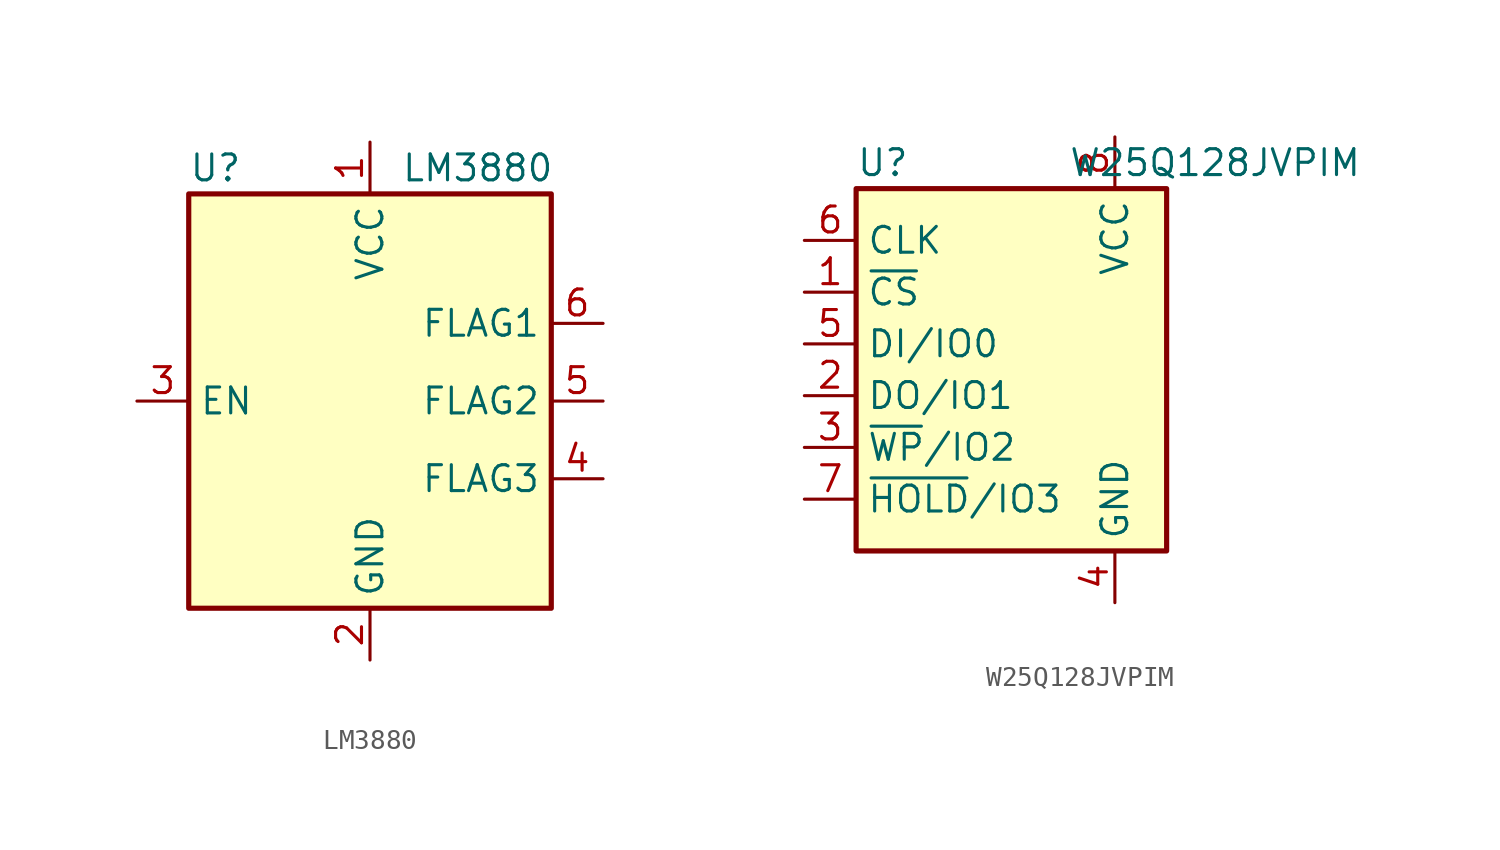
<source format=kicad_sym>
(kicad_symbol_lib
  (version 20231120)
  (generator "kicad_symbol_editor")
  (generator_version "8.0")
  (symbol "LM3880"
    (property "Reference" "U"
      (at -8.89 11.43 0)
      (effects (font (size 1.27 1.27)) (justify left)))
    (property "Value" "LM3880"
      (at 1.524 11.43 0)
      (effects (font (size 1.27 1.27)) (justify left)))
    (symbol "LM3880_0_1"
      (rectangle (start -8.89 10.16) (end 8.89 -10.16) (stroke (width 0.254) (type default)) (fill (type background))))
    (symbol "LM3880_1_1"
      (pin power_in line (at 0 12.7 270) (length 2.54) (name "VCC" (effects (font (size 1.27 1.27)))) (number "1" (effects (font (size 1.27 1.27)))))
      (pin power_in line (at 0 -12.7 90) (length 2.54) (name "GND" (effects (font (size 1.27 1.27)))) (number "2" (effects (font (size 1.27 1.27)))))
      (pin input line (at -11.43 0 0) (length 2.54) (name "EN" (effects (font (size 1.27 1.27)))) (number "3" (effects (font (size 1.27 1.27)))))
      (pin output line (at 11.43 -3.81 180) (length 2.54) (name "FLAG3" (effects (font (size 1.27 1.27)))) (number "4" (effects (font (size 1.27 1.27)))))
      (pin output line (at 11.43 0 180) (length 2.54) (name "FLAG2" (effects (font (size 1.27 1.27)))) (number "5" (effects (font (size 1.27 1.27)))))
      (pin output line (at 11.43 3.81 180) (length 2.54) (name "FLAG1" (effects (font (size 1.27 1.27)))) (number "6" (effects (font (size 1.27 1.27)))))))
  (symbol "W25Q128JVPIM"
    (property "Reference" "U"
      (at -10.16 8.89 0)
      (effects (font (size 1.27 1.27)) (justify left)))
    (property "Value" "W25Q128JVPIM"
      (at 0.254 8.89 0)
      (effects (font (size 1.27 1.27)) (justify left)))
    (symbol "W25Q128JVPIM_0_1"
      (rectangle (start -10.16 7.62) (end 5.08 -10.16) (stroke (width 0.254) (type default)) (fill (type background))))
    (symbol "W25Q128JVPIM_1_1"
      (pin input line (at -12.7 2.54 0) (length 2.54) (name "~{CS}" (effects (font (size 1.27 1.27)))) (number "1" (effects (font (size 1.27 1.27)))))
      (pin bidirectional line (at -12.7 -2.54 0) (length 2.54) (name "DO/IO1" (effects (font (size 1.27 1.27)))) (number "2" (effects (font (size 1.27 1.27)))))
      (pin bidirectional line (at -12.7 -5.08 0) (length 2.54) (name "~{WP}/IO2" (effects (font (size 1.27 1.27)))) (number "3" (effects (font (size 1.27 1.27)))))
      (pin power_in line (at 2.54 -12.7 90) (length 2.54) (name "GND" (effects (font (size 1.27 1.27)))) (number "4" (effects (font (size 1.27 1.27)))))
      (pin bidirectional line (at -12.7 0 0) (length 2.54) (name "DI/IO0" (effects (font (size 1.27 1.27)))) (number "5" (effects (font (size 1.27 1.27)))))
      (pin input line (at -12.7 5.08 0) (length 2.54) (name "CLK" (effects (font (size 1.27 1.27)))) (number "6" (effects (font (size 1.27 1.27)))))
      (pin bidirectional line (at -12.7 -7.62 0) (length 2.54) (name "~{HOLD}/IO3" (effects (font (size 1.27 1.27)))) (number "7" (effects (font (size 1.27 1.27)))))
      (pin power_in line (at 2.54 10.16 270) (length 2.54) (name "VCC" (effects (font (size 1.27 1.27)))) (number "8" (effects (font (size 1.27 1.27))))))))
</source>
